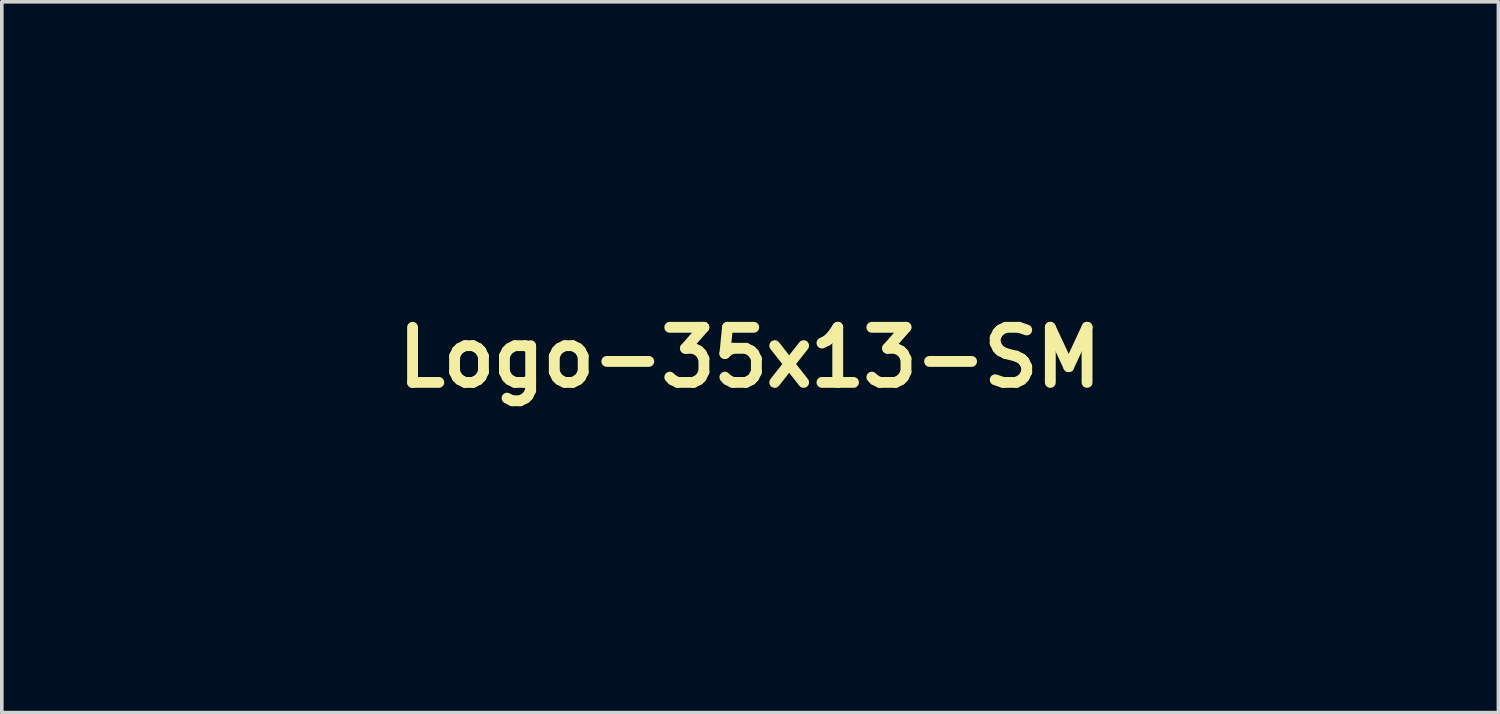
<source format=kicad_pcb>
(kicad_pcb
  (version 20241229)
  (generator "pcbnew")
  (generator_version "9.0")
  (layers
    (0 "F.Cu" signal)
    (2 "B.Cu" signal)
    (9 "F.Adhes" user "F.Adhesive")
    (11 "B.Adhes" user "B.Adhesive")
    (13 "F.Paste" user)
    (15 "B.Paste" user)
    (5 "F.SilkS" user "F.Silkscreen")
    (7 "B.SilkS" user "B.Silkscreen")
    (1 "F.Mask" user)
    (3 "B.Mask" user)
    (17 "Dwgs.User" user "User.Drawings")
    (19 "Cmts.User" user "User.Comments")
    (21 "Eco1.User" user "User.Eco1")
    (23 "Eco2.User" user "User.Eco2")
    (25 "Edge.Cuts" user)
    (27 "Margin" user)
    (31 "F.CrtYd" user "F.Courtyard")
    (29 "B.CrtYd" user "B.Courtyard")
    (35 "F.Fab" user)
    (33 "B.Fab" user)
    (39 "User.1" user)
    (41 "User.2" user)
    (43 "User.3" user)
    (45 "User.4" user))
  (footprint "Logo-35x13-SM"
    (layer "F.Cu")
    (at 17.684 6.835)
    (property "Reference" "Logo-35x13-SM" (at 0 0 0) (layer "F.SilkS") (effects (font (size 1.524 1.524) (thickness 0.3))))
    (attr through_hole)
    (fp_poly (pts (xy 16.188 -4.592) (xy 16.296 -4.464) (xy 16.385 -4.355) (xy 16.445 -4.278) (xy 16.467 -4.245) (xy 16.44 -4.22) (xy 16.363 -4.161) (xy 16.244 -4.075) (xy 16.093 -3.968) (xy 15.919 -3.846) (xy 15.731 -3.716) (xy 15.54 -3.585) (xy 15.354 -3.458) (xy 15.183 -3.343) (xy 15.035 -3.245) (xy 14.922 -3.172) (xy 14.851 -3.129) (xy 14.832 -3.121) (xy 14.806 -3.146) (xy 14.786 -3.172) (xy 14.743 -3.229) (xy 14.673 -3.317) (xy 14.634 -3.365) (xy 14.519 -3.507) (xy 15.921 -4.907) (xy 16.188 -4.592)) (stroke (width 0.01) (type solid)) (fill yes) (layer "F.Mask"))
    (fp_poly (pts (xy -16.305 -6.517) (xy -16.098 -6.445) (xy -15.904 -6.322) (xy -15.738 -6.161) (xy -15.616 -5.983) (xy -15.567 -5.861) (xy -15.539 -5.691) (xy -15.534 -5.49) (xy -15.551 -5.285) (xy -15.587 -5.102) (xy -15.63 -4.989) (xy -15.774 -4.788) (xy -15.967 -4.627) (xy -16.197 -4.511) (xy -16.45 -4.446) (xy -16.712 -4.438) (xy -16.912 -4.474) (xy -17.182 -4.579) (xy -17.392 -4.724) (xy -17.543 -4.911) (xy -17.638 -5.143) (xy -17.677 -5.422) (xy -17.679 -5.485) (xy -17.652 -5.765) (xy -17.568 -6.003) (xy -17.424 -6.202) (xy -17.217 -6.368) (xy -17.03 -6.467) (xy -16.806 -6.533) (xy -16.555 -6.55) (xy -16.305 -6.517)) (stroke (width 0.01) (type solid)) (fill yes) (layer "F.Mask"))
    (fp_poly (pts (xy 11.678 6.206) (xy 11.906 6.211) (xy 12.076 6.218) (xy 12.183 6.227) (xy 12.222 6.239) (xy 12.222 6.24) (xy 12.182 6.293) (xy 12.098 6.373) (xy 11.983 6.468) (xy 11.856 6.566) (xy 11.73 6.654) (xy 11.622 6.72) (xy 11.593 6.735) (xy 11.465 6.791) (xy 11.373 6.814) (xy 11.287 6.805) (xy 11.179 6.764) (xy 11.149 6.75) (xy 11.042 6.688) (xy 10.914 6.593) (xy 10.784 6.482) (xy 10.673 6.374) (xy 10.599 6.283) (xy 10.591 6.27) (xy 10.584 6.249) (xy 10.592 6.233) (xy 10.624 6.222) (xy 10.687 6.214) (xy 10.791 6.209) (xy 10.944 6.206) (xy 11.154 6.205) (xy 11.395 6.205) (xy 11.678 6.206)) (stroke (width 0.01) (type solid)) (fill yes) (layer "F.Mask"))
    (fp_poly (pts (xy 11.089 -5.838) (xy 11.082 -5.578) (xy 11.075 -5.343) (xy 11.069 -5.143) (xy 11.064 -4.986) (xy 11.059 -4.882) (xy 11.056 -4.841) (xy 11.056 -4.84) (xy 11.013 -4.831) (xy 10.924 -4.824) (xy 10.811 -4.82) (xy 10.698 -4.819) (xy 10.608 -4.823) (xy 10.561 -4.83) (xy 10.559 -4.833) (xy 10.553 -4.875) (xy 10.537 -4.977) (xy 10.513 -5.127) (xy 10.482 -5.313) (xy 10.447 -5.523) (xy 10.41 -5.745) (xy 10.372 -5.968) (xy 10.336 -6.178) (xy 10.304 -6.366) (xy 10.277 -6.518) (xy 10.258 -6.623) (xy 10.25 -6.664) (xy 10.247 -6.701) (xy 10.263 -6.728) (xy 10.308 -6.749) (xy 10.391 -6.766) (xy 10.523 -6.782) (xy 10.714 -6.799) (xy 10.81 -6.806) (xy 11.115 -6.83) (xy 11.089 -5.838)) (stroke (width 0.01) (type solid)) (fill yes) (layer "F.Mask"))
    (fp_poly (pts (xy 8.167 -5.999) (xy 8.19 -5.959) (xy 8.238 -5.865) (xy 8.306 -5.727) (xy 8.39 -5.556) (xy 8.483 -5.361) (xy 8.582 -5.155) (xy 8.681 -4.947) (xy 8.774 -4.748) (xy 8.858 -4.569) (xy 8.926 -4.42) (xy 8.975 -4.312) (xy 8.998 -4.256) (xy 8.999 -4.251) (xy 8.971 -4.224) (xy 8.9 -4.173) (xy 8.807 -4.112) (xy 8.711 -4.052) (xy 8.633 -4.008) (xy 8.593 -3.991) (xy 8.569 -4.019) (xy 8.507 -4.098) (xy 8.414 -4.219) (xy 8.294 -4.375) (xy 8.155 -4.559) (xy 8.018 -4.74) (xy 7.865 -4.945) (xy 7.726 -5.132) (xy 7.607 -5.292) (xy 7.513 -5.419) (xy 7.452 -5.503) (xy 7.43 -5.534) (xy 7.448 -5.569) (xy 7.516 -5.629) (xy 7.619 -5.705) (xy 7.743 -5.787) (xy 7.873 -5.867) (xy 7.995 -5.936) (xy 8.094 -5.984) (xy 8.156 -6.002) (xy 8.167 -5.999)) (stroke (width 0.01) (type solid)) (fill yes) (layer "F.Mask"))
    (fp_poly (pts (xy 13.375 -6.482) (xy 13.471 -6.448) (xy 13.597 -6.399) (xy 13.737 -6.342) (xy 13.875 -6.284) (xy 13.995 -6.231) (xy 14.08 -6.191) (xy 14.114 -6.169) (xy 14.114 -6.169) (xy 14.096 -6.122) (xy 14.047 -6.025) (xy 13.972 -5.887) (xy 13.879 -5.719) (xy 13.772 -5.53) (xy 13.658 -5.33) (xy 13.542 -5.13) (xy 13.43 -4.94) (xy 13.328 -4.77) (xy 13.242 -4.629) (xy 13.177 -4.529) (xy 13.14 -4.478) (xy 13.135 -4.474) (xy 13.072 -4.483) (xy 12.971 -4.513) (xy 12.9 -4.54) (xy 12.798 -4.583) (xy 12.728 -4.613) (xy 12.71 -4.622) (xy 12.718 -4.658) (xy 12.746 -4.753) (xy 12.79 -4.9) (xy 12.847 -5.088) (xy 12.915 -5.309) (xy 12.991 -5.553) (xy 13.068 -5.798) (xy 13.137 -6.019) (xy 13.196 -6.208) (xy 13.241 -6.354) (xy 13.27 -6.45) (xy 13.281 -6.485) (xy 13.309 -6.495) (xy 13.325 -6.495) (xy 13.375 -6.482)) (stroke (width 0.01) (type solid)) (fill yes) (layer "F.Mask"))
    (fp_poly (pts (xy 17.49 -2.257) (xy 17.521 -2.194) (xy 17.558 -2.073) (xy 17.604 -1.889) (xy 17.609 -1.864) (xy 17.646 -1.699) (xy 17.675 -1.561) (xy 17.692 -1.466) (xy 17.696 -1.427) (xy 17.695 -1.427) (xy 17.658 -1.42) (xy 17.56 -1.406) (xy 17.413 -1.386) (xy 17.228 -1.362) (xy 17.018 -1.336) (xy 16.794 -1.309) (xy 16.568 -1.281) (xy 16.35 -1.256) (xy 16.153 -1.233) (xy 15.989 -1.215) (xy 15.869 -1.203) (xy 15.804 -1.198) (xy 15.801 -1.197) (xy 15.756 -1.209) (xy 15.724 -1.254) (xy 15.696 -1.348) (xy 15.68 -1.42) (xy 15.661 -1.54) (xy 15.655 -1.631) (xy 15.664 -1.669) (xy 15.705 -1.687) (xy 15.806 -1.724) (xy 15.957 -1.776) (xy 16.147 -1.84) (xy 16.368 -1.913) (xy 16.555 -1.973) (xy 16.794 -2.051) (xy 17.011 -2.121) (xy 17.197 -2.182) (xy 17.341 -2.229) (xy 17.434 -2.26) (xy 17.464 -2.27) (xy 17.49 -2.257)) (stroke (width 0.01) (type solid)) (fill yes) (layer "F.Mask"))
    (fp_poly (pts (xy -6.986 4.793) (xy -6.91 4.822) (xy -6.746 4.925) (xy -6.64 5.061) (xy -6.588 5.237) (xy -6.589 5.457) (xy -6.622 5.65) (xy -6.692 5.883) (xy -6.782 6.054) (xy -6.898 6.17) (xy -6.967 6.211) (xy -7.157 6.273) (xy -7.368 6.295) (xy -7.557 6.276) (xy -7.739 6.208) (xy -7.865 6.104) (xy -7.925 6.007) (xy -7.972 5.84) (xy -7.98 5.637) (xy -7.98 5.635) (xy -7.617 5.635) (xy -7.604 5.789) (xy -7.545 5.891) (xy -7.439 5.942) (xy -7.355 5.95) (xy -7.245 5.939) (xy -7.159 5.913) (xy -7.145 5.904) (xy -7.065 5.807) (xy -7.002 5.664) (xy -6.963 5.502) (xy -6.956 5.348) (xy -6.972 5.261) (xy -7.042 5.163) (xy -7.155 5.098) (xy -7.258 5.08) (xy -7.352 5.111) (xy -7.45 5.192) (xy -7.534 5.302) (xy -7.584 5.423) (xy -7.585 5.425) (xy -7.617 5.635) (xy -7.98 5.635) (xy -7.954 5.42) (xy -7.896 5.212) (xy -7.812 5.035) (xy -7.75 4.954) (xy -7.596 4.84) (xy -7.404 4.773) (xy -7.194 4.756) (xy -6.986 4.793)) (stroke (width 0.01) (type solid)) (fill yes) (layer "F.Mask"))
    (fp_poly (pts (xy -14.038 4.765) (xy -13.825 4.816) (xy -13.665 4.914) (xy -13.563 5.044) (xy -13.524 5.13) (xy -13.507 5.226) (xy -13.508 5.355) (xy -13.512 5.425) (xy -13.549 5.702) (xy -13.616 5.918) (xy -13.716 6.082) (xy -13.853 6.198) (xy -13.893 6.221) (xy -14.036 6.269) (xy -14.213 6.293) (xy -14.391 6.289) (xy -14.453 6.28) (xy -14.646 6.21) (xy -14.787 6.091) (xy -14.873 5.926) (xy -14.903 5.715) (xy -14.901 5.663) (xy -14.538 5.663) (xy -14.525 5.783) (xy -14.474 5.875) (xy -14.455 5.896) (xy -14.371 5.937) (xy -14.253 5.949) (xy -14.131 5.931) (xy -14.052 5.895) (xy -13.994 5.824) (xy -13.937 5.706) (xy -13.891 5.564) (xy -13.864 5.425) (xy -13.861 5.368) (xy -13.892 5.235) (xy -13.978 5.144) (xy -14.112 5.102) (xy -14.151 5.1) (xy -14.292 5.126) (xy -14.398 5.209) (xy -14.475 5.352) (xy -14.514 5.496) (xy -14.538 5.663) (xy -14.901 5.663) (xy -14.9 5.624) (xy -14.854 5.337) (xy -14.764 5.105) (xy -14.634 4.931) (xy -14.463 4.817) (xy -14.253 4.762) (xy -14.038 4.765)) (stroke (width 0.01) (type solid)) (fill yes) (layer "F.Mask"))
    (fp_poly (pts (xy -1.643 4.769) (xy -1.45 4.829) (xy -1.295 4.937) (xy -1.187 5.086) (xy -1.143 5.234) (xy -1.14 5.383) (xy -1.164 5.568) (xy -1.208 5.759) (xy -1.266 5.929) (xy -1.318 6.031) (xy -1.441 6.155) (xy -1.612 6.244) (xy -1.811 6.292) (xy -2.019 6.293) (xy -2.114 6.276) (xy -2.23 6.238) (xy -2.33 6.19) (xy -2.338 6.185) (xy -2.442 6.076) (xy -2.508 5.921) (xy -2.538 5.736) (xy -2.537 5.662) (xy -2.177 5.662) (xy -2.155 5.811) (xy -2.085 5.905) (xy -1.966 5.948) (xy -1.91 5.951) (xy -1.759 5.928) (xy -1.677 5.878) (xy -1.605 5.773) (xy -1.552 5.625) (xy -1.522 5.459) (xy -1.523 5.305) (xy -1.537 5.238) (xy -1.596 5.162) (xy -1.697 5.108) (xy -1.814 5.088) (xy -1.867 5.094) (xy -1.993 5.162) (xy -2.091 5.287) (xy -2.154 5.457) (xy -2.177 5.662) (xy -2.537 5.662) (xy -2.534 5.534) (xy -2.498 5.331) (xy -2.43 5.142) (xy -2.334 4.981) (xy -2.211 4.864) (xy -2.173 4.842) (xy -2.07 4.804) (xy -1.934 4.773) (xy -1.865 4.763) (xy -1.643 4.769)) (stroke (width 0.01) (type solid)) (fill yes) (layer "F.Mask"))
    (fp_poly (pts (xy -3.079 4.285) (xy -2.863 4.313) (xy -2.74 4.347) (xy -2.633 4.387) (xy -2.58 4.424) (xy -2.56 4.477) (xy -2.558 4.532) (xy -2.57 4.63) (xy -2.611 4.688) (xy -2.693 4.708) (xy -2.824 4.694) (xy -2.951 4.666) (xy -3.132 4.629) (xy -3.281 4.617) (xy -3.345 4.622) (xy -3.494 4.686) (xy -3.614 4.816) (xy -3.706 5.013) (xy -3.769 5.276) (xy -3.798 5.518) (xy -3.808 5.658) (xy -3.807 5.746) (xy -3.791 5.801) (xy -3.754 5.843) (xy -3.716 5.875) (xy -3.587 5.933) (xy -3.408 5.943) (xy -3.177 5.905) (xy -3.072 5.876) (xy -2.966 5.848) (xy -2.905 5.845) (xy -2.867 5.867) (xy -2.845 5.895) (xy -2.803 5.988) (xy -2.794 6.051) (xy -2.828 6.125) (xy -2.919 6.19) (xy -3.054 6.242) (xy -3.217 6.278) (xy -3.394 6.295) (xy -3.571 6.289) (xy -3.711 6.263) (xy -3.913 6.174) (xy -4.066 6.031) (xy -4.126 5.935) (xy -4.154 5.859) (xy -4.168 5.759) (xy -4.168 5.615) (xy -4.162 5.499) (xy -4.124 5.151) (xy -4.056 4.865) (xy -3.955 4.639) (xy -3.82 4.471) (xy -3.666 4.363) (xy -3.505 4.31) (xy -3.301 4.284) (xy -3.079 4.285)) (stroke (width 0.01) (type solid)) (fill yes) (layer "F.Mask"))
    (fp_poly (pts (xy 5.015 4.765) (xy 5.21 4.819) (xy 5.367 4.92) (xy 5.476 5.063) (xy 5.516 5.174) (xy 5.522 5.262) (xy 5.516 5.399) (xy 5.499 5.565) (xy 5.476 5.745) (xy 5.447 5.919) (xy 5.416 6.071) (xy 5.386 6.183) (xy 5.362 6.232) (xy 5.298 6.268) (xy 5.205 6.278) (xy 5.114 6.263) (xy 5.058 6.225) (xy 5.055 6.219) (xy 5.052 6.161) (xy 5.059 6.048) (xy 5.077 5.898) (xy 5.098 5.754) (xy 5.123 5.582) (xy 5.139 5.428) (xy 5.145 5.31) (xy 5.141 5.255) (xy 5.085 5.166) (xy 4.984 5.106) (xy 4.866 5.088) (xy 4.799 5.101) (xy 4.713 5.148) (xy 4.644 5.226) (xy 4.587 5.347) (xy 4.537 5.52) (xy 4.497 5.715) (xy 4.457 5.927) (xy 4.424 6.078) (xy 4.393 6.178) (xy 4.359 6.238) (xy 4.318 6.267) (xy 4.265 6.277) (xy 4.234 6.277) (xy 4.144 6.271) (xy 4.09 6.255) (xy 4.088 6.253) (xy 4.068 6.2) (xy 4.067 6.093) (xy 4.085 5.928) (xy 4.122 5.701) (xy 4.139 5.606) (xy 4.2 5.334) (xy 4.27 5.126) (xy 4.357 4.974) (xy 4.467 4.869) (xy 4.607 4.802) (xy 4.783 4.766) (xy 4.791 4.765) (xy 5.015 4.765)) (stroke (width 0.01) (type solid)) (fill yes) (layer "F.Mask"))
    (fp_poly (pts (xy 3.675 4.817) (xy 3.837 4.917) (xy 3.945 5.064) (xy 3.998 5.256) (xy 3.992 5.492) (xy 3.976 5.587) (xy 3.9 5.852) (xy 3.799 6.05) (xy 3.671 6.18) (xy 3.628 6.205) (xy 3.475 6.26) (xy 3.294 6.292) (xy 3.125 6.296) (xy 3.084 6.291) (xy 2.874 6.226) (xy 2.717 6.118) (xy 2.616 5.97) (xy 2.579 5.798) (xy 2.949 5.798) (xy 2.996 5.885) (xy 3.107 5.956) (xy 3.121 5.961) (xy 3.261 5.981) (xy 3.406 5.935) (xy 3.501 5.855) (xy 3.57 5.742) (xy 3.592 5.645) (xy 3.56 5.61) (xy 3.477 5.582) (xy 3.366 5.565) (xy 3.25 5.562) (xy 3.17 5.573) (xy 3.037 5.628) (xy 2.963 5.708) (xy 2.949 5.798) (xy 2.579 5.798) (xy 2.577 5.787) (xy 2.576 5.765) (xy 2.604 5.579) (xy 2.689 5.436) (xy 2.83 5.336) (xy 3.029 5.28) (xy 3.286 5.265) (xy 3.336 5.267) (xy 3.503 5.269) (xy 3.601 5.255) (xy 3.632 5.224) (xy 3.598 5.175) (xy 3.537 5.13) (xy 3.459 5.094) (xy 3.364 5.086) (xy 3.256 5.098) (xy 3.063 5.121) (xy 2.93 5.121) (xy 2.848 5.095) (xy 2.806 5.04) (xy 2.795 4.963) (xy 2.828 4.886) (xy 2.927 4.825) (xy 3.083 4.782) (xy 3.197 4.767) (xy 3.461 4.766) (xy 3.675 4.817)) (stroke (width 0.01) (type solid)) (fill yes) (layer "F.Mask"))
    (fp_poly (pts (xy 6.948 4.775) (xy 7.007 4.796) (xy 7.044 4.829) (xy 7.057 4.882) (xy 7.043 4.961) (xy 7.002 5.074) (xy 6.93 5.229) (xy 6.826 5.432) (xy 6.693 5.683) (xy 6.575 5.899) (xy 6.464 6.1) (xy 6.365 6.275) (xy 6.285 6.413) (xy 6.23 6.503) (xy 6.216 6.523) (xy 6.077 6.655) (xy 5.9 6.747) (xy 5.713 6.785) (xy 5.698 6.785) (xy 5.596 6.777) (xy 5.538 6.744) (xy 5.508 6.692) (xy 5.486 6.59) (xy 5.529 6.513) (xy 5.639 6.455) (xy 5.677 6.443) (xy 5.821 6.369) (xy 5.927 6.267) (xy 5.992 6.182) (xy 6.016 6.127) (xy 6.004 6.076) (xy 5.98 6.031) (xy 5.949 5.959) (xy 5.905 5.834) (xy 5.855 5.672) (xy 5.802 5.492) (xy 5.751 5.309) (xy 5.708 5.141) (xy 5.676 5.005) (xy 5.661 4.917) (xy 5.661 4.905) (xy 5.692 4.825) (xy 5.772 4.776) (xy 5.879 4.771) (xy 5.895 4.775) (xy 5.944 4.801) (xy 5.989 4.862) (xy 6.034 4.965) (xy 6.084 5.118) (xy 6.14 5.331) (xy 6.172 5.461) (xy 6.2 5.57) (xy 6.227 5.648) (xy 6.238 5.669) (xy 6.262 5.648) (xy 6.312 5.574) (xy 6.382 5.457) (xy 6.465 5.308) (xy 6.49 5.26) (xy 6.579 5.097) (xy 6.663 4.956) (xy 6.733 4.85) (xy 6.781 4.793) (xy 6.788 4.789) (xy 6.876 4.768) (xy 6.948 4.775)) (stroke (width 0.01) (type solid)) (fill yes) (layer "F.Mask"))
    (fp_poly (pts (xy 2.008 4.772) (xy 2.2 4.828) (xy 2.364 4.929) (xy 2.447 5.019) (xy 2.489 5.094) (xy 2.512 5.187) (xy 2.519 5.321) (xy 2.519 5.382) (xy 2.492 5.669) (xy 2.417 5.907) (xy 2.299 6.091) (xy 2.141 6.221) (xy 1.945 6.291) (xy 1.716 6.3) (xy 1.58 6.278) (xy 1.471 6.257) (xy 1.403 6.265) (xy 1.364 6.313) (xy 1.34 6.413) (xy 1.326 6.508) (xy 1.305 6.624) (xy 1.278 6.712) (xy 1.263 6.739) (xy 1.191 6.778) (xy 1.092 6.781) (xy 1.002 6.75) (xy 0.977 6.727) (xy 0.962 6.666) (xy 0.963 6.546) (xy 0.978 6.383) (xy 1.004 6.187) (xy 1.039 5.972) (xy 1.077 5.773) (xy 1.462 5.773) (xy 1.465 5.87) (xy 1.503 5.923) (xy 1.587 5.945) (xy 1.728 5.95) (xy 1.734 5.95) (xy 1.864 5.943) (xy 1.95 5.914) (xy 2.011 5.866) (xy 2.068 5.779) (xy 2.12 5.647) (xy 2.159 5.497) (xy 2.177 5.357) (xy 2.177 5.34) (xy 2.145 5.229) (xy 2.061 5.145) (xy 1.943 5.098) (xy 1.808 5.097) (xy 1.738 5.118) (xy 1.654 5.169) (xy 1.59 5.25) (xy 1.54 5.374) (xy 1.497 5.555) (xy 1.486 5.618) (xy 1.462 5.773) (xy 1.077 5.773) (xy 1.082 5.751) (xy 1.128 5.536) (xy 1.176 5.341) (xy 1.224 5.177) (xy 1.27 5.058) (xy 1.295 5.012) (xy 1.432 4.883) (xy 1.607 4.8) (xy 1.805 4.763) (xy 2.008 4.772)) (stroke (width 0.01) (type solid)) (fill yes) (layer "F.Mask"))
    (fp_poly (pts (xy -5.439 4.79) (xy -5.27 4.865) (xy -5.14 4.98) (xy -5.097 5.046) (xy -5.047 5.208) (xy -5.036 5.407) (xy -5.06 5.621) (xy -5.116 5.829) (xy -5.2 6.008) (xy -5.279 6.111) (xy -5.438 6.222) (xy -5.634 6.286) (xy -5.847 6.296) (xy -5.954 6.28) (xy -6.081 6.253) (xy -6.155 6.253) (xy -6.193 6.29) (xy -6.212 6.373) (xy -6.22 6.432) (xy -6.245 6.558) (xy -6.28 6.666) (xy -6.299 6.704) (xy -6.379 6.77) (xy -6.482 6.781) (xy -6.579 6.732) (xy -6.586 6.726) (xy -6.628 6.644) (xy -6.627 6.59) (xy -6.615 6.528) (xy -6.593 6.41) (xy -6.564 6.249) (xy -6.53 6.061) (xy -6.514 5.969) (xy -6.502 5.898) (xy -6.132 5.898) (xy -6.098 5.918) (xy -6.006 5.935) (xy -5.871 5.945) (xy -5.821 5.947) (xy -5.697 5.942) (xy -5.616 5.915) (xy -5.557 5.866) (xy -5.486 5.756) (xy -5.435 5.614) (xy -5.408 5.461) (xy -5.408 5.318) (xy -5.438 5.208) (xy -5.461 5.176) (xy -5.574 5.109) (xy -5.71 5.094) (xy -5.843 5.129) (xy -5.948 5.211) (xy -5.964 5.233) (xy -5.989 5.295) (xy -6.023 5.406) (xy -6.06 5.543) (xy -6.094 5.684) (xy -6.12 5.808) (xy -6.132 5.89) (xy -6.132 5.898) (xy -6.502 5.898) (xy -6.465 5.69) (xy -6.422 5.472) (xy -6.383 5.305) (xy -6.344 5.18) (xy -6.303 5.085) (xy -6.255 5.012) (xy -6.198 4.949) (xy -6.172 4.924) (xy -6.012 4.821) (xy -5.826 4.766) (xy -5.63 4.756) (xy -5.439 4.79)) (stroke (width 0.01) (type solid)) (fill yes) (layer "F.Mask"))
    (fp_poly (pts (xy -8.999 4.219) (xy -8.958 4.248) (xy -8.943 4.282) (xy -8.938 4.331) (xy -8.943 4.411) (xy -8.96 4.536) (xy -8.985 4.688) (xy -9.008 4.823) (xy -8.868 4.784) (xy -8.738 4.764) (xy -8.596 4.764) (xy -8.573 4.767) (xy -8.382 4.82) (xy -8.245 4.919) (xy -8.162 5.067) (xy -8.13 5.265) (xy -8.13 5.305) (xy -8.137 5.426) (xy -8.155 5.581) (xy -8.181 5.751) (xy -8.211 5.919) (xy -8.243 6.069) (xy -8.273 6.183) (xy -8.298 6.244) (xy -8.3 6.247) (xy -8.359 6.268) (xy -8.451 6.272) (xy -8.459 6.271) (xy -8.544 6.254) (xy -8.581 6.21) (xy -8.593 6.137) (xy -8.592 6.047) (xy -8.579 5.91) (xy -8.556 5.749) (xy -8.544 5.675) (xy -8.512 5.467) (xy -8.503 5.318) (xy -8.519 5.215) (xy -8.563 5.15) (xy -8.626 5.113) (xy -8.738 5.094) (xy -8.874 5.102) (xy -8.994 5.131) (xy -9.027 5.148) (xy -9.049 5.192) (xy -9.079 5.294) (xy -9.114 5.44) (xy -9.149 5.616) (xy -9.159 5.674) (xy -9.194 5.859) (xy -9.229 6.021) (xy -9.261 6.145) (xy -9.285 6.216) (xy -9.29 6.225) (xy -9.366 6.268) (xy -9.468 6.274) (xy -9.557 6.243) (xy -9.579 6.223) (xy -9.591 6.194) (xy -9.594 6.138) (xy -9.588 6.048) (xy -9.572 5.917) (xy -9.544 5.736) (xy -9.505 5.5) (xy -9.455 5.217) (xy -9.409 4.962) (xy -9.365 4.73) (xy -9.325 4.532) (xy -9.292 4.376) (xy -9.267 4.272) (xy -9.253 4.231) (xy -9.185 4.202) (xy -9.089 4.199) (xy -8.999 4.219)) (stroke (width 0.01) (type solid)) (fill yes) (layer "F.Mask"))
    (fp_poly (pts (xy -14.762 4.315) (xy -14.705 4.376) (xy -14.696 4.419) (xy -14.707 4.466) (xy -14.739 4.572) (xy -14.788 4.726) (xy -14.851 4.918) (xy -14.925 5.137) (xy -14.976 5.286) (xy -15.076 5.574) (xy -15.158 5.8) (xy -15.227 5.972) (xy -15.288 6.097) (xy -15.346 6.182) (xy -15.404 6.236) (xy -15.468 6.264) (xy -15.543 6.276) (xy -15.605 6.277) (xy -15.721 6.27) (xy -15.797 6.239) (xy -15.868 6.17) (xy -15.872 6.166) (xy -15.905 6.124) (xy -15.929 6.083) (xy -15.946 6.031) (xy -15.957 5.956) (xy -15.963 5.846) (xy -15.967 5.691) (xy -15.968 5.478) (xy -15.969 5.395) (xy -15.971 4.735) (xy -16.181 5.352) (xy -16.275 5.629) (xy -16.352 5.844) (xy -16.418 6.005) (xy -16.476 6.121) (xy -16.532 6.198) (xy -16.593 6.244) (xy -16.662 6.268) (xy -16.745 6.277) (xy -16.81 6.277) (xy -16.932 6.265) (xy -17.019 6.22) (xy -17.057 6.183) (xy -17.145 6.089) (xy -17.136 5.235) (xy -17.131 4.911) (xy -17.123 4.658) (xy -17.113 4.477) (xy -17.099 4.367) (xy -17.087 4.331) (xy -17.013 4.291) (xy -16.913 4.286) (xy -16.824 4.316) (xy -16.8 4.336) (xy -16.784 4.375) (xy -16.773 4.453) (xy -16.767 4.576) (xy -16.765 4.753) (xy -16.767 4.991) (xy -16.77 5.153) (xy -16.786 5.915) (xy -16.703 5.688) (xy -16.66 5.568) (xy -16.602 5.399) (xy -16.534 5.203) (xy -16.466 5) (xy -16.454 4.963) (xy -16.381 4.752) (xy -16.321 4.598) (xy -16.27 4.491) (xy -16.222 4.418) (xy -16.178 4.373) (xy -16.036 4.296) (xy -15.88 4.29) (xy -15.751 4.334) (xy -15.686 4.376) (xy -15.637 4.43) (xy -15.603 4.506) (xy -15.581 4.615) (xy -15.571 4.765) (xy -15.569 4.966) (xy -15.575 5.229) (xy -15.577 5.273) (xy -15.598 5.933) (xy -15.333 5.162) (xy -15.255 4.937) (xy -15.181 4.732) (xy -15.117 4.559) (xy -15.066 4.429) (xy -15.032 4.351) (xy -15.023 4.337) (xy -14.946 4.289) (xy -14.851 4.283) (xy -14.762 4.315)) (stroke (width 0.01) (type solid)) (fill yes) (layer "F.Mask"))
    (fp_poly (pts (xy -0.025 -3.499) (xy 0.205 -3.47) (xy 0.699 -3.35) (xy 1.151 -3.172) (xy 1.559 -2.938) (xy 1.921 -2.65) (xy 2.234 -2.312) (xy 2.495 -1.925) (xy 2.702 -1.493) (xy 2.852 -1.018) (xy 2.922 -0.662) (xy 2.971 -0.103) (xy 2.952 0.457) (xy 2.923 0.689) (xy 2.813 1.199) (xy 2.647 1.665) (xy 2.427 2.085) (xy 2.157 2.456) (xy 1.837 2.777) (xy 1.471 3.047) (xy 1.062 3.263) (xy 0.611 3.423) (xy 0.122 3.526) (xy -0.402 3.569) (xy -0.943 3.552) (xy -1.399 3.482) (xy -1.841 3.352) (xy -2.26 3.166) (xy -2.645 2.93) (xy -2.986 2.649) (xy -3.228 2.386) (xy -3.488 2.005) (xy -3.693 1.588) (xy -3.845 1.141) (xy -3.944 0.674) (xy -3.989 0.195) (xy -3.987 0.077) (xy -2.19 0.077) (xy -2.179 0.368) (xy -2.151 0.633) (xy -2.11 0.847) (xy -1.98 1.222) (xy -1.809 1.542) (xy -1.599 1.805) (xy -1.353 2.01) (xy -1.075 2.152) (xy -0.768 2.232) (xy -0.435 2.245) (xy -0.186 2.214) (xy 0.107 2.123) (xy 0.38 1.968) (xy 0.624 1.757) (xy 0.829 1.498) (xy 0.977 1.223) (xy 1.066 0.954) (xy 1.131 0.637) (xy 1.17 0.292) (xy 1.181 -0.061) (xy 1.164 -0.403) (xy 1.118 -0.712) (xy 1.095 -0.805) (xy 0.964 -1.183) (xy 0.791 -1.502) (xy 0.577 -1.763) (xy 0.322 -1.965) (xy 0.026 -2.106) (xy -0.26 -2.179) (xy -0.59 -2.201) (xy -0.902 -2.154) (xy -1.193 -2.044) (xy -1.456 -1.875) (xy -1.688 -1.649) (xy -1.882 -1.372) (xy -2.034 -1.048) (xy -2.129 -0.724) (xy -2.166 -0.492) (xy -2.186 -0.218) (xy -2.19 0.077) (xy -3.987 0.077) (xy -3.981 -0.286) (xy -3.92 -0.762) (xy -3.807 -1.224) (xy -3.642 -1.662) (xy -3.425 -2.07) (xy -3.157 -2.436) (xy -3.068 -2.535) (xy -2.773 -2.803) (xy -2.423 -3.039) (xy -2.034 -3.235) (xy -1.619 -3.384) (xy -1.524 -3.411) (xy -1.274 -3.46) (xy -0.975 -3.494) (xy -0.652 -3.513) (xy -0.328 -3.514) (xy -0.025 -3.499)) (stroke (width 0.01) (type solid)) (fill yes) (layer "F.Mask"))
    (fp_poly (pts (xy -0.231 4.773) (xy -0.091 4.821) (xy 0.004 4.86) (xy 0.069 4.867) (xy 0.142 4.841) (xy 0.193 4.815) (xy 0.354 4.767) (xy 0.536 4.766) (xy 0.709 4.81) (xy 0.78 4.848) (xy 0.89 4.955) (xy 0.962 5.096) (xy 0.98 5.205) (xy 0.973 5.292) (xy 0.955 5.423) (xy 0.93 5.583) (xy 0.899 5.755) (xy 0.867 5.923) (xy 0.836 6.069) (xy 0.809 6.177) (xy 0.79 6.231) (xy 0.789 6.232) (xy 0.725 6.268) (xy 0.632 6.278) (xy 0.542 6.262) (xy 0.486 6.224) (xy 0.483 6.217) (xy 0.48 6.16) (xy 0.488 6.047) (xy 0.506 5.893) (xy 0.531 5.713) (xy 0.561 5.524) (xy 0.595 5.339) (xy 0.604 5.292) (xy 0.595 5.198) (xy 0.537 5.131) (xy 0.45 5.098) (xy 0.357 5.105) (xy 0.276 5.157) (xy 0.253 5.191) (xy 0.233 5.251) (xy 0.204 5.368) (xy 0.169 5.524) (xy 0.134 5.704) (xy 0.129 5.732) (xy 0.094 5.91) (xy 0.063 6.064) (xy 0.037 6.177) (xy 0.02 6.237) (xy 0.018 6.241) (xy -0.03 6.266) (xy -0.118 6.277) (xy -0.128 6.277) (xy -0.212 6.269) (xy -0.266 6.238) (xy -0.293 6.174) (xy -0.295 6.067) (xy -0.275 5.906) (xy -0.252 5.769) (xy -0.213 5.544) (xy -0.19 5.381) (xy -0.184 5.266) (xy -0.195 5.19) (xy -0.222 5.142) (xy -0.267 5.112) (xy -0.271 5.11) (xy -0.354 5.089) (xy -0.434 5.119) (xy -0.452 5.13) (xy -0.489 5.155) (xy -0.517 5.183) (xy -0.54 5.223) (xy -0.561 5.289) (xy -0.584 5.392) (xy -0.612 5.542) (xy -0.649 5.751) (xy -0.652 5.765) (xy -0.684 5.934) (xy -0.717 6.078) (xy -0.746 6.182) (xy -0.766 6.228) (xy -0.84 6.268) (xy -0.94 6.274) (xy -1.029 6.244) (xy -1.052 6.224) (xy -1.068 6.188) (xy -1.072 6.125) (xy -1.064 6.023) (xy -1.043 5.873) (xy -1.007 5.664) (xy -1.004 5.645) (xy -0.957 5.394) (xy -0.914 5.205) (xy -0.871 5.067) (xy -0.822 4.968) (xy -0.764 4.899) (xy -0.69 4.848) (xy -0.642 4.824) (xy -0.434 4.763) (xy -0.231 4.773)) (stroke (width 0.01) (type solid)) (fill yes) (layer "F.Mask"))
    (fp_poly (pts (xy -6.324 -3.501) (xy -6.002 -3.443) (xy -5.696 -3.342) (xy -5.52 -3.262) (xy -5.196 -3.065) (xy -4.924 -2.817) (xy -4.706 -2.523) (xy -4.636 -2.395) (xy -4.584 -2.292) (xy -4.54 -2.2) (xy -4.503 -2.113) (xy -4.471 -2.024) (xy -4.445 -1.927) (xy -4.424 -1.817) (xy -4.408 -1.687) (xy -4.395 -1.531) (xy -4.386 -1.344) (xy -4.38 -1.118) (xy -4.376 -0.848) (xy -4.374 -0.528) (xy -4.373 -0.151) (xy -4.372 0.288) (xy -4.372 0.617) (xy -4.372 1.096) (xy -4.373 1.508) (xy -4.374 1.859) (xy -4.376 2.154) (xy -4.38 2.399) (xy -4.387 2.599) (xy -4.395 2.76) (xy -4.407 2.888) (xy -4.422 2.988) (xy -4.441 3.066) (xy -4.464 3.128) (xy -4.492 3.178) (xy -4.525 3.223) (xy -4.564 3.269) (xy -4.581 3.289) (xy -4.747 3.438) (xy -4.938 3.526) (xy -5.168 3.561) (xy -5.223 3.562) (xy -5.451 3.545) (xy -5.633 3.486) (xy -5.788 3.381) (xy -5.829 3.342) (xy -5.961 3.175) (xy -6.05 2.972) (xy -6.098 2.766) (xy -6.105 2.688) (xy -6.111 2.545) (xy -6.117 2.346) (xy -6.122 2.099) (xy -6.126 1.813) (xy -6.13 1.496) (xy -6.131 1.155) (xy -6.132 0.847) (xy -6.133 0.405) (xy -6.134 0.03) (xy -6.138 -0.287) (xy -6.144 -0.553) (xy -6.153 -0.773) (xy -6.165 -0.956) (xy -6.181 -1.108) (xy -6.202 -1.235) (xy -6.227 -1.346) (xy -6.258 -1.447) (xy -6.295 -1.544) (xy -6.316 -1.593) (xy -6.444 -1.808) (xy -6.622 -1.97) (xy -6.846 -2.077) (xy -7.117 -2.131) (xy -7.366 -2.133) (xy -7.677 -2.081) (xy -7.963 -1.964) (xy -8.216 -1.791) (xy -8.431 -1.565) (xy -8.599 -1.295) (xy -8.715 -0.985) (xy -8.748 -0.835) (xy -8.758 -0.742) (xy -8.769 -0.582) (xy -8.778 -0.362) (xy -8.788 -0.087) (xy -8.796 0.237) (xy -8.804 0.604) (xy -8.811 1.007) (xy -8.813 1.161) (xy -8.818 1.565) (xy -8.823 1.903) (xy -8.828 2.182) (xy -8.833 2.408) (xy -8.838 2.587) (xy -8.845 2.727) (xy -8.853 2.834) (xy -8.862 2.915) (xy -8.873 2.976) (xy -8.886 3.024) (xy -8.902 3.065) (xy -8.911 3.084) (xy -9.038 3.276) (xy -9.214 3.428) (xy -9.425 3.53) (xy -9.653 3.576) (xy -9.833 3.567) (xy -10.025 3.518) (xy -10.176 3.434) (xy -10.315 3.304) (xy -10.362 3.252) (xy -10.403 3.206) (xy -10.439 3.16) (xy -10.469 3.109) (xy -10.494 3.047) (xy -10.515 2.971) (xy -10.533 2.874) (xy -10.546 2.752) (xy -10.557 2.599) (xy -10.565 2.41) (xy -10.572 2.18) (xy -10.576 1.904) (xy -10.579 1.577) (xy -10.582 1.193) (xy -10.584 0.748) (xy -10.586 0.236) (xy -10.586 0.164) (xy -10.589 -0.38) (xy -10.59 -0.858) (xy -10.591 -1.272) (xy -10.59 -1.629) (xy -10.587 -1.934) (xy -10.583 -2.191) (xy -10.576 -2.405) (xy -10.568 -2.582) (xy -10.556 -2.726) (xy -10.542 -2.843) (xy -10.525 -2.938) (xy -10.505 -3.015) (xy -10.481 -3.079) (xy -10.453 -3.136) (xy -10.422 -3.19) (xy -10.293 -3.35) (xy -10.134 -3.454) (xy -9.934 -3.507) (xy -9.721 -3.513) (xy -9.565 -3.502) (xy -9.454 -3.48) (xy -9.363 -3.441) (xy -9.3 -3.4) (xy -9.137 -3.245) (xy -9.018 -3.039) (xy -8.948 -2.794) (xy -8.934 -2.681) (xy -8.917 -2.434) (xy -8.658 -2.697) (xy -8.336 -2.989) (xy -8.004 -3.212) (xy -7.652 -3.372) (xy -7.271 -3.472) (xy -6.851 -3.516) (xy -6.687 -3.519) (xy -6.324 -3.501)) (stroke (width 0.01) (type solid)) (fill yes) (layer "F.Mask"))
    (fp_poly (pts (xy -16.336 -4.053) (xy -16.114 -3.969) (xy -15.928 -3.836) (xy -15.917 -3.825) (xy -15.837 -3.738) (xy -15.778 -3.655) (xy -15.737 -3.562) (xy -15.711 -3.445) (xy -15.695 -3.291) (xy -15.685 -3.084) (xy -15.682 -2.955) (xy -15.669 -2.409) (xy -15.409 -2.679) (xy -15.092 -2.969) (xy -14.756 -3.199) (xy -14.411 -3.365) (xy -14.319 -3.397) (xy -14.032 -3.467) (xy -13.707 -3.508) (xy -13.369 -3.519) (xy -13.046 -3.5) (xy -12.778 -3.453) (xy -12.387 -3.323) (xy -12.049 -3.145) (xy -11.763 -2.917) (xy -11.526 -2.638) (xy -11.361 -2.358) (xy -11.311 -2.254) (xy -11.268 -2.157) (xy -11.231 -2.061) (xy -11.2 -1.959) (xy -11.174 -1.847) (xy -11.154 -1.716) (xy -11.138 -1.563) (xy -11.126 -1.38) (xy -11.117 -1.162) (xy -11.112 -0.902) (xy -11.109 -0.595) (xy -11.108 -0.235) (xy -11.109 0.185) (xy -11.111 0.67) (xy -11.111 0.766) (xy -11.114 1.219) (xy -11.116 1.606) (xy -11.118 1.931) (xy -11.12 2.201) (xy -11.123 2.422) (xy -11.127 2.598) (xy -11.132 2.737) (xy -11.138 2.844) (xy -11.146 2.924) (xy -11.155 2.983) (xy -11.166 3.027) (xy -11.179 3.062) (xy -11.195 3.094) (xy -11.201 3.106) (xy -11.3 3.249) (xy -11.43 3.384) (xy -11.568 3.488) (xy -11.643 3.525) (xy -11.729 3.544) (xy -11.858 3.558) (xy -11.979 3.562) (xy -12.23 3.533) (xy -12.442 3.443) (xy -12.62 3.291) (xy -12.759 3.084) (xy -12.774 3.052) (xy -12.787 3.013) (xy -12.798 2.96) (xy -12.807 2.887) (xy -12.815 2.788) (xy -12.821 2.657) (xy -12.827 2.489) (xy -12.832 2.276) (xy -12.836 2.013) (xy -12.841 1.694) (xy -12.846 1.313) (xy -12.849 1.016) (xy -12.854 0.561) (xy -12.86 0.172) (xy -12.866 -0.158) (xy -12.873 -0.435) (xy -12.882 -0.666) (xy -12.893 -0.857) (xy -12.906 -1.014) (xy -12.922 -1.145) (xy -12.941 -1.256) (xy -12.964 -1.354) (xy -12.991 -1.445) (xy -13.023 -1.535) (xy -13.026 -1.543) (xy -13.148 -1.766) (xy -13.325 -1.945) (xy -13.436 -2.018) (xy -13.528 -2.066) (xy -13.609 -2.096) (xy -13.7 -2.113) (xy -13.822 -2.121) (xy -13.994 -2.123) (xy -14.007 -2.123) (xy -14.184 -2.121) (xy -14.31 -2.114) (xy -14.409 -2.096) (xy -14.502 -2.064) (xy -14.612 -2.013) (xy -14.629 -2.005) (xy -14.913 -1.829) (xy -15.142 -1.61) (xy -15.316 -1.345) (xy -15.439 -1.03) (xy -15.498 -0.751) (xy -15.507 -0.662) (xy -15.516 -0.508) (xy -15.525 -0.299) (xy -15.534 -0.043) (xy -15.543 0.252) (xy -15.55 0.576) (xy -15.557 0.922) (xy -15.562 1.234) (xy -15.567 1.635) (xy -15.573 1.97) (xy -15.578 2.246) (xy -15.583 2.468) (xy -15.589 2.644) (xy -15.596 2.781) (xy -15.604 2.883) (xy -15.614 2.959) (xy -15.625 3.014) (xy -15.639 3.055) (xy -15.653 3.084) (xy -15.801 3.298) (xy -15.986 3.45) (xy -16.21 3.541) (xy -16.472 3.57) (xy -16.682 3.554) (xy -16.95 3.496) (xy -17.159 3.4) (xy -17.316 3.264) (xy -17.429 3.081) (xy -17.453 3.022) (xy -17.466 2.986) (xy -17.477 2.947) (xy -17.487 2.901) (xy -17.495 2.843) (xy -17.503 2.768) (xy -17.508 2.671) (xy -17.513 2.548) (xy -17.517 2.392) (xy -17.52 2.201) (xy -17.522 1.968) (xy -17.524 1.69) (xy -17.525 1.36) (xy -17.525 0.975) (xy -17.526 0.529) (xy -17.526 0.017) (xy -17.526 -0.246) (xy -17.525 -0.868) (xy -17.524 -1.425) (xy -17.522 -1.917) (xy -17.518 -2.344) (xy -17.514 -2.703) (xy -17.509 -2.994) (xy -17.504 -3.216) (xy -17.497 -3.367) (xy -17.49 -3.447) (xy -17.488 -3.455) (xy -17.406 -3.637) (xy -17.272 -3.809) (xy -17.106 -3.949) (xy -17.037 -3.989) (xy -16.816 -4.066) (xy -16.576 -4.086) (xy -16.336 -4.053)) (stroke (width 0.01) (type solid)) (fill yes) (layer "F.Mask"))
    (fp_poly (pts (xy 12.664 3.981) (xy 12.81 4.031) (xy 12.904 4.112) (xy 12.949 4.226) (xy 12.954 4.292) (xy 12.939 4.389) (xy 12.903 4.49) (xy 12.856 4.571) (xy 12.81 4.608) (xy 12.806 4.608) (xy 12.805 4.628) (xy 12.85 4.678) (xy 12.866 4.692) (xy 12.933 4.767) (xy 12.96 4.859) (xy 12.964 4.935) (xy 12.953 5.051) (xy 12.911 5.134) (xy 12.851 5.194) (xy 12.739 5.295) (xy 12.846 5.402) (xy 12.933 5.529) (xy 12.953 5.659) (xy 12.909 5.782) (xy 12.806 5.889) (xy 12.648 5.971) (xy 12.599 5.986) (xy 12.461 6.016) (xy 12.272 6.045) (xy 12.043 6.072) (xy 11.786 6.097) (xy 11.513 6.118) (xy 11.234 6.135) (xy 10.964 6.148) (xy 10.711 6.155) (xy 10.49 6.156) (xy 10.31 6.151) (xy 10.184 6.138) (xy 10.142 6.127) (xy 9.983 6.042) (xy 9.887 5.93) (xy 9.856 5.798) (xy 9.875 5.697) (xy 9.924 5.607) (xy 9.984 5.549) (xy 10.024 5.522) (xy 10.026 5.49) (xy 9.987 5.434) (xy 9.944 5.385) (xy 9.854 5.245) (xy 9.836 5.115) (xy 9.89 4.992) (xy 9.938 4.939) (xy 10.043 4.841) (xy 9.938 4.781) (xy 9.864 4.722) (xy 9.836 4.642) (xy 9.833 4.589) (xy 9.852 4.445) (xy 9.911 4.338) (xy 10.02 4.263) (xy 10.184 4.216) (xy 10.411 4.192) (xy 10.424 4.191) (xy 10.722 4.175) (xy 10.471 4.228) (xy 10.269 4.288) (xy 10.131 4.367) (xy 10.061 4.464) (xy 10.051 4.521) (xy 10.081 4.601) (xy 10.157 4.689) (xy 10.259 4.766) (xy 10.362 4.812) (xy 10.435 4.84) (xy 10.438 4.873) (xy 10.369 4.912) (xy 10.328 4.928) (xy 10.183 5.003) (xy 10.106 5.094) (xy 10.097 5.192) (xy 10.157 5.288) (xy 10.287 5.374) (xy 10.306 5.382) (xy 10.405 5.43) (xy 10.471 5.469) (xy 10.486 5.485) (xy 10.455 5.509) (xy 10.381 5.533) (xy 10.381 5.533) (xy 10.278 5.575) (xy 10.181 5.643) (xy 10.104 5.751) (xy 10.094 5.859) (xy 10.148 5.955) (xy 10.26 6.026) (xy 10.314 6.043) (xy 10.386 6.07) (xy 10.414 6.099) (xy 10.446 6.115) (xy 10.526 6.117) (xy 10.568 6.113) (xy 11.035 6.055) (xy 11.434 6.001) (xy 11.767 5.947) (xy 12.039 5.894) (xy 12.254 5.841) (xy 12.416 5.786) (xy 12.527 5.728) (xy 12.593 5.666) (xy 12.616 5.599) (xy 12.605 5.535) (xy 12.546 5.456) (xy 12.437 5.401) (xy 12.274 5.368) (xy 12.052 5.356) (xy 11.767 5.366) (xy 11.503 5.387) (xy 11.202 5.415) (xy 10.967 5.433) (xy 10.8 5.441) (xy 10.7 5.44) (xy 10.671 5.429) (xy 10.673 5.426) (xy 10.712 5.417) (xy 10.813 5.398) (xy 10.966 5.373) (xy 11.161 5.343) (xy 11.388 5.309) (xy 11.576 5.282) (xy 11.886 5.236) (xy 12.131 5.195) (xy 12.319 5.159) (xy 12.456 5.124) (xy 12.55 5.088) (xy 12.608 5.049) (xy 12.637 5.004) (xy 12.646 4.953) (xy 12.618 4.889) (xy 12.552 4.819) (xy 12.543 4.812) (xy 12.491 4.778) (xy 12.431 4.757) (xy 12.349 4.745) (xy 12.228 4.741) (xy 12.051 4.744) (xy 12.035 4.744) (xy 11.86 4.749) (xy 11.703 4.757) (xy 11.584 4.767) (xy 11.53 4.774) (xy 11.458 4.78) (xy 11.43 4.765) (xy 11.463 4.744) (xy 11.552 4.713) (xy 11.681 4.676) (xy 11.784 4.65) (xy 12.001 4.593) (xy 12.199 4.529) (xy 12.367 4.463) (xy 12.492 4.4) (xy 12.562 4.345) (xy 12.57 4.331) (xy 12.563 4.26) (xy 12.495 4.195) (xy 12.378 4.144) (xy 12.249 4.117) (xy 12.113 4.108) (xy 11.939 4.108) (xy 11.761 4.115) (xy 11.729 4.117) (xy 11.567 4.127) (xy 11.474 4.125) (xy 11.448 4.113) (xy 11.485 4.093) (xy 11.583 4.066) (xy 11.741 4.036) (xy 11.872 4.014) (xy 12.198 3.974) (xy 12.461 3.962) (xy 12.664 3.981)) (stroke (width 0.01) (type solid)) (fill yes) (layer "F.Mask"))
    (fp_poly (pts (xy -11.744 4.2) (xy -11.737 4.203) (xy -11.692 4.23) (xy -11.664 4.27) (xy -11.652 4.334) (xy -11.655 4.432) (xy -11.673 4.576) (xy -11.707 4.777) (xy -11.722 4.861) (xy -11.75 5.026) (xy -11.772 5.165) (xy -11.784 5.263) (xy -11.785 5.302) (xy -11.755 5.292) (xy -11.68 5.244) (xy -11.571 5.164) (xy -11.438 5.06) (xy -11.418 5.043) (xy -11.279 4.933) (xy -11.157 4.842) (xy -11.065 4.78) (xy -11.015 4.754) (xy -11.012 4.753) (xy -10.902 4.779) (xy -10.824 4.844) (xy -10.793 4.931) (xy -10.81 5.002) (xy -10.848 5.045) (xy -10.927 5.12) (xy -11.032 5.213) (xy -11.147 5.312) (xy -11.257 5.404) (xy -11.347 5.474) (xy -11.388 5.502) (xy -11.372 5.531) (xy -11.32 5.605) (xy -11.24 5.709) (xy -11.183 5.781) (xy -10.967 6.053) (xy -10.899 5.961) (xy -10.83 5.869) (xy -10.588 5.924) (xy -10.388 5.957) (xy -10.235 5.955) (xy -10.135 5.919) (xy -10.095 5.855) (xy -10.092 5.82) (xy -10.102 5.793) (xy -10.137 5.767) (xy -10.208 5.735) (xy -10.328 5.69) (xy -10.459 5.644) (xy -10.629 5.557) (xy -10.733 5.439) (xy -10.776 5.289) (xy -10.777 5.255) (xy -10.748 5.073) (xy -10.664 4.928) (xy -10.553 4.841) (xy -10.402 4.791) (xy -10.212 4.766) (xy -10.012 4.77) (xy -9.852 4.797) (xy -9.745 4.828) (xy -9.689 4.862) (xy -9.666 4.916) (xy -9.659 4.979) (xy -9.658 5.071) (xy -9.684 5.116) (xy -9.736 5.136) (xy -9.83 5.141) (xy -9.945 5.125) (xy -9.965 5.119) (xy -10.155 5.084) (xy -10.294 5.096) (xy -10.355 5.126) (xy -10.403 5.188) (xy -10.379 5.25) (xy -10.284 5.312) (xy -10.127 5.369) (xy -9.935 5.44) (xy -9.808 5.524) (xy -9.735 5.63) (xy -9.707 5.768) (xy -9.706 5.801) (xy -9.735 5.986) (xy -9.817 6.128) (xy -9.951 6.221) (xy -9.954 6.222) (xy -10.128 6.27) (xy -10.336 6.292) (xy -10.542 6.286) (xy -10.6 6.278) (xy -10.763 6.239) (xy -10.873 6.189) (xy -10.921 6.133) (xy -10.923 6.122) (xy -10.936 6.117) (xy -10.968 6.167) (xy -10.969 6.169) (xy -11.03 6.24) (xy -11.134 6.269) (xy -11.142 6.27) (xy -11.201 6.272) (xy -11.251 6.258) (xy -11.305 6.22) (xy -11.373 6.147) (xy -11.468 6.031) (xy -11.516 5.971) (xy -11.62 5.845) (xy -11.712 5.743) (xy -11.781 5.678) (xy -11.811 5.661) (xy -11.838 5.669) (xy -11.86 5.705) (xy -11.882 5.779) (xy -11.906 5.905) (xy -11.923 6.005) (xy -11.954 6.148) (xy -11.993 6.231) (xy -12.054 6.267) (xy -12.146 6.271) (xy -12.149 6.27) (xy -12.24 6.255) (xy -12.281 6.218) (xy -12.294 6.157) (xy -12.292 6.087) (xy -12.279 5.963) (xy -12.257 5.799) (xy -12.228 5.612) (xy -12.196 5.419) (xy -12.162 5.235) (xy -12.131 5.08) (xy -12.12 5.018) (xy -12.134 5.021) (xy -12.164 5.059) (xy -12.204 5.096) (xy -12.26 5.113) (xy -12.353 5.112) (xy -12.443 5.104) (xy -12.638 5.1) (xy -12.779 5.138) (xy -12.872 5.219) (xy -12.913 5.306) (xy -12.935 5.391) (xy -12.966 5.527) (xy -12.999 5.692) (xy -13.023 5.816) (xy -13.055 5.978) (xy -13.084 6.114) (xy -13.106 6.208) (xy -13.118 6.242) (xy -13.174 6.273) (xy -13.264 6.278) (xy -13.356 6.259) (xy -13.418 6.219) (xy -13.422 6.212) (xy -13.429 6.152) (xy -13.422 6.037) (xy -13.403 5.884) (xy -13.376 5.709) (xy -13.344 5.528) (xy -13.308 5.356) (xy -13.272 5.211) (xy -13.239 5.108) (xy -13.229 5.086) (xy -13.11 4.932) (xy -12.94 4.824) (xy -12.726 4.765) (xy -12.591 4.755) (xy -12.459 4.763) (xy -12.33 4.784) (xy -12.226 4.814) (xy -12.164 4.847) (xy -12.156 4.864) (xy -12.131 4.898) (xy -12.125 4.899) (xy -12.106 4.865) (xy -12.082 4.777) (xy -12.057 4.648) (xy -12.046 4.587) (xy -12.019 4.428) (xy -11.991 4.324) (xy -11.958 4.26) (xy -11.913 4.219) (xy -11.912 4.219) (xy -11.828 4.183) (xy -11.744 4.2)) (stroke (width 0.01) (type solid)) (fill yes) (layer "F.Mask"))
    (fp_poly (pts (xy 11.993 -3.564) (xy 12.463 -3.445) (xy 12.915 -3.265) (xy 13.342 -3.025) (xy 13.738 -2.724) (xy 13.91 -2.562) (xy 14.249 -2.174) (xy 14.524 -1.751) (xy 14.735 -1.293) (xy 14.883 -0.8) (xy 14.968 -0.271) (xy 14.971 -0.244) (xy 14.996 0.036) (xy 9.715 0.036) (xy 9.734 -0.227) (xy 9.787 -0.564) (xy 9.893 -0.898) (xy 10.015 -1.152) (xy 10.125 -1.343) (xy 13.211 -1.343) (xy 13.092 -1.491) (xy 12.907 -1.681) (xy 12.669 -1.863) (xy 12.398 -2.027) (xy 12.114 -2.16) (xy 11.835 -2.25) (xy 11.829 -2.252) (xy 11.632 -2.283) (xy 11.395 -2.297) (xy 11.148 -2.294) (xy 10.924 -2.273) (xy 10.813 -2.252) (xy 10.426 -2.123) (xy 10.072 -1.933) (xy 9.756 -1.688) (xy 9.484 -1.394) (xy 9.264 -1.057) (xy 9.102 -0.684) (xy 9.05 -0.509) (xy 9.01 -0.264) (xy 9 0.02) (xy 9.018 0.315) (xy 9.062 0.595) (xy 9.117 0.791) (xy 9.282 1.153) (xy 9.505 1.481) (xy 9.78 1.768) (xy 10.096 2.002) (xy 10.277 2.102) (xy 10.567 2.229) (xy 10.833 2.309) (xy 11.101 2.35) (xy 11.321 2.359) (xy 11.499 2.352) (xy 11.682 2.333) (xy 11.833 2.308) (xy 11.849 2.304) (xy 12.065 2.233) (xy 12.3 2.132) (xy 12.529 2.011) (xy 12.728 1.884) (xy 12.833 1.8) (xy 13.012 1.64) (xy 13.974 2.55) (xy 13.854 2.675) (xy 13.58 2.918) (xy 13.251 3.141) (xy 12.882 3.336) (xy 12.491 3.495) (xy 12.093 3.608) (xy 12.068 3.613) (xy 11.915 3.638) (xy 11.722 3.66) (xy 11.511 3.676) (xy 11.304 3.686) (xy 11.122 3.688) (xy 10.988 3.681) (xy 10.976 3.68) (xy 10.616 3.619) (xy 10.303 3.544) (xy 10.015 3.447) (xy 9.727 3.322) (xy 9.67 3.294) (xy 9.266 3.056) (xy 8.893 2.763) (xy 8.558 2.424) (xy 8.269 2.048) (xy 8.032 1.644) (xy 7.854 1.222) (xy 7.761 0.879) (xy 7.734 0.763) (xy 7.709 0.681) (xy 7.692 0.653) (xy 7.674 0.686) (xy 7.632 0.777) (xy 7.571 0.919) (xy 7.494 1.104) (xy 7.404 1.323) (xy 7.306 1.568) (xy 7.276 1.642) (xy 7.122 2.027) (xy 6.989 2.349) (xy 6.874 2.617) (xy 6.774 2.835) (xy 6.684 3.01) (xy 6.601 3.148) (xy 6.521 3.256) (xy 6.441 3.34) (xy 6.357 3.407) (xy 6.266 3.461) (xy 6.218 3.486) (xy 6.015 3.55) (xy 5.781 3.572) (xy 5.541 3.55) (xy 5.322 3.486) (xy 5.282 3.468) (xy 5.152 3.395) (xy 5.044 3.31) (xy 4.948 3.199) (xy 4.853 3.049) (xy 4.749 2.848) (xy 4.714 2.776) (xy 4.672 2.682) (xy 4.606 2.528) (xy 4.519 2.322) (xy 4.414 2.07) (xy 4.294 1.779) (xy 4.162 1.457) (xy 4.02 1.111) (xy 3.872 0.748) (xy 3.721 0.375) (xy 3.568 -0.001) (xy 3.418 -0.372) (xy 3.274 -0.732) (xy 3.137 -1.073) (xy 3.011 -1.388) (xy 2.899 -1.67) (xy 2.804 -1.912) (xy 2.728 -2.106) (xy 2.675 -2.246) (xy 2.652 -2.312) (xy 2.587 -2.59) (xy 2.586 -2.842) (xy 2.646 -3.066) (xy 2.765 -3.254) (xy 2.942 -3.403) (xy 3.074 -3.471) (xy 3.24 -3.512) (xy 3.438 -3.52) (xy 3.637 -3.496) (xy 3.806 -3.441) (xy 3.811 -3.438) (xy 3.893 -3.391) (xy 3.956 -3.336) (xy 4.015 -3.255) (xy 4.082 -3.132) (xy 4.123 -3.048) (xy 4.162 -2.958) (xy 4.223 -2.806) (xy 4.302 -2.6) (xy 4.398 -2.347) (xy 4.506 -2.054) (xy 4.626 -1.728) (xy 4.754 -1.376) (xy 4.887 -1.005) (xy 5.009 -0.661) (xy 5.14 -0.292) (xy 5.265 0.056) (xy 5.381 0.375) (xy 5.486 0.662) (xy 5.578 0.909) (xy 5.655 1.111) (xy 5.714 1.262) (xy 5.753 1.357) (xy 5.771 1.389) (xy 5.772 1.389) (xy 5.789 1.351) (xy 5.828 1.25) (xy 5.888 1.094) (xy 5.967 0.886) (xy 6.061 0.634) (xy 6.17 0.343) (xy 6.29 0.019) (xy 6.419 -0.331) (xy 6.556 -0.703) (xy 6.579 -0.767) (xy 6.719 -1.146) (xy 6.853 -1.508) (xy 6.978 -1.846) (xy 7.094 -2.156) (xy 7.196 -2.429) (xy 7.284 -2.66) (xy 7.354 -2.842) (xy 7.404 -2.969) (xy 7.432 -3.036) (xy 7.434 -3.039) (xy 7.562 -3.249) (xy 7.704 -3.393) (xy 7.871 -3.48) (xy 8.073 -3.517) (xy 8.154 -3.519) (xy 8.392 -3.487) (xy 8.602 -3.396) (xy 8.772 -3.256) (xy 8.893 -3.072) (xy 8.934 -2.958) (xy 8.976 -2.8) (xy 9.196 -2.956) (xy 9.625 -3.217) (xy 10.078 -3.414) (xy 10.549 -3.546) (xy 11.029 -3.615) (xy 11.513 -3.621) (xy 11.993 -3.564)) (stroke (width 0.01) (type solid)) (fill yes) (layer "F.Mask")))
  (gr_rect
    (start -3 -3)
    (end 38.384 16.655)
    (stroke (width 0.1) (type default))
    (fill no)
    (layer "Edge.Cuts")))
</source>
